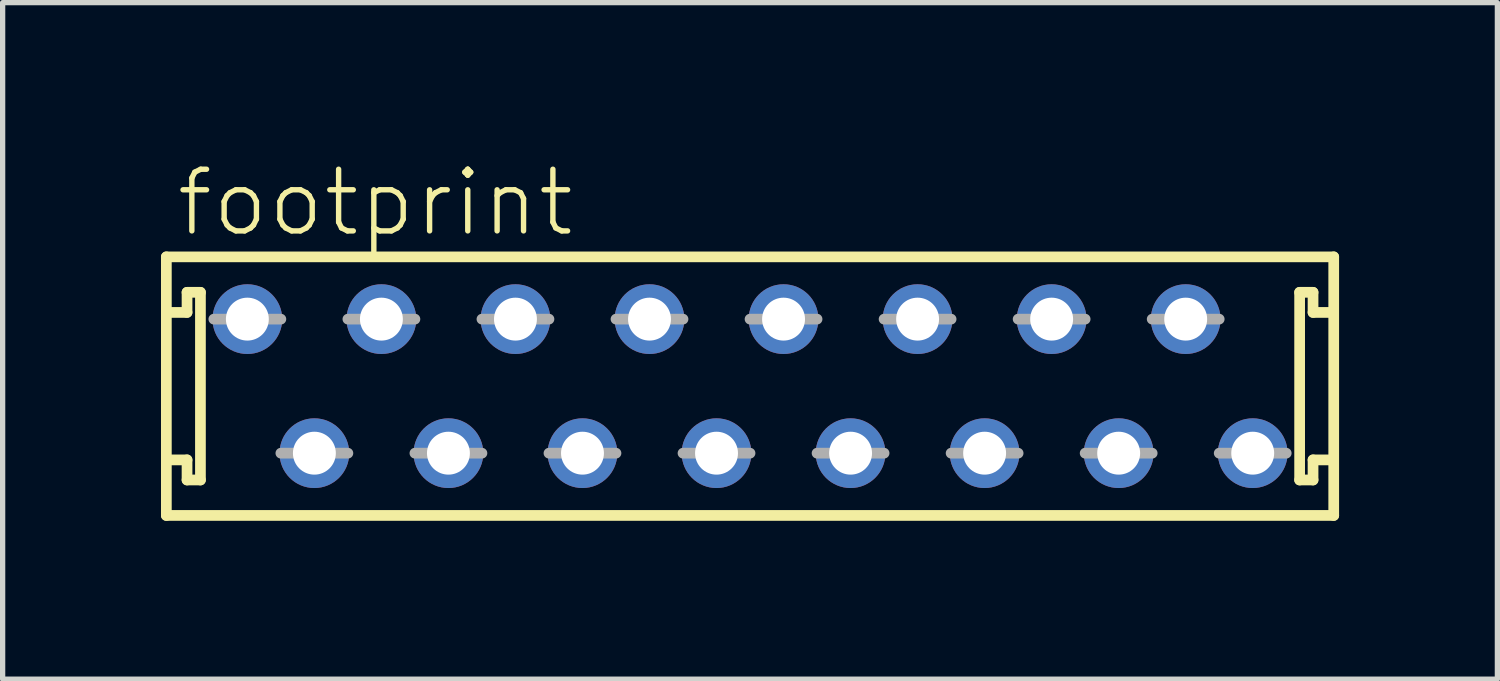
<source format=kicad_pcb>
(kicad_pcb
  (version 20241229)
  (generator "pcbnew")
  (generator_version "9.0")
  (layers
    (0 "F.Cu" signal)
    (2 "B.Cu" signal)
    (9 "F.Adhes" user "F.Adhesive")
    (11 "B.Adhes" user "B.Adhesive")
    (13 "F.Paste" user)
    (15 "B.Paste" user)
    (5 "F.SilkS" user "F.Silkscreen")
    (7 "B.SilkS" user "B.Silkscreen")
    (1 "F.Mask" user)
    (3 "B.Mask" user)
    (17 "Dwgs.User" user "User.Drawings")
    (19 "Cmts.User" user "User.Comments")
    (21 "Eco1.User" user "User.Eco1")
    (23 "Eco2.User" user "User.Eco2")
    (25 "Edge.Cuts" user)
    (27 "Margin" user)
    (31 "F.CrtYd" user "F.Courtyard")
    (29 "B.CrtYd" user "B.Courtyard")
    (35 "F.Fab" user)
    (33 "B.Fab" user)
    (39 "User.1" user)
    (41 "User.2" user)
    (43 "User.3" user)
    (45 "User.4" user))
  (footprint "footprint"
    (layer "F.Cu")
    (at 11.162 4.267)
    (property "Reference" "footprint" (at -10.922 -2.794 0) (layer "F.SilkS") (effects (font (size 1.168 1.168) (thickness 0.102)) (justify left bottom)))
    (fp_line (start -11.06 -2.45) (end 11.06 -2.45) (stroke (width 0.203) (type solid)) (layer "F.SilkS"))
    (fp_line (start -11.06 2.45) (end -11.06 -2.45) (stroke (width 0.203) (type solid)) (layer "F.SilkS"))
    (fp_line (start -10.668 -1.778) (end -10.668 -1.397) (stroke (width 0.203) (type solid)) (layer "F.SilkS"))
    (fp_line (start -10.668 -1.397) (end -11.049 -1.397) (stroke (width 0.203) (type solid)) (layer "F.SilkS"))
    (fp_line (start -10.668 1.397) (end -11.049 1.397) (stroke (width 0.203) (type solid)) (layer "F.SilkS"))
    (fp_line (start -10.668 1.778) (end -10.668 1.397) (stroke (width 0.203) (type solid)) (layer "F.SilkS"))
    (fp_line (start -10.414 -1.778) (end -10.668 -1.778) (stroke (width 0.203) (type solid)) (layer "F.SilkS"))
    (fp_line (start -10.414 1.778) (end -10.668 1.778) (stroke (width 0.203) (type solid)) (layer "F.SilkS"))
    (fp_line (start -10.414 1.778) (end -10.414 -1.778) (stroke (width 0.203) (type solid)) (layer "F.SilkS"))
    (fp_line (start 10.414 -1.778) (end 10.414 1.778) (stroke (width 0.203) (type solid)) (layer "F.SilkS"))
    (fp_line (start 10.414 -1.778) (end 10.668 -1.778) (stroke (width 0.203) (type solid)) (layer "F.SilkS"))
    (fp_line (start 10.414 1.778) (end 10.668 1.778) (stroke (width 0.203) (type solid)) (layer "F.SilkS"))
    (fp_line (start 10.668 -1.778) (end 10.668 -1.397) (stroke (width 0.203) (type solid)) (layer "F.SilkS"))
    (fp_line (start 10.668 -1.397) (end 11.049 -1.397) (stroke (width 0.203) (type solid)) (layer "F.SilkS"))
    (fp_line (start 10.668 1.397) (end 11.049 1.397) (stroke (width 0.203) (type solid)) (layer "F.SilkS"))
    (fp_line (start 10.668 1.778) (end 10.668 1.397) (stroke (width 0.203) (type solid)) (layer "F.SilkS"))
    (fp_line (start 11.06 -2.45) (end 11.06 2.45) (stroke (width 0.203) (type solid)) (layer "F.SilkS"))
    (fp_line (start 11.06 2.45) (end -11.06 2.45) (stroke (width 0.203) (type solid)) (layer "F.SilkS"))
    (fp_line (start -10.16 -1.27) (end -8.89 -1.27) (stroke (width 0.203) (type solid)) (layer "F.Fab"))
    (fp_line (start -8.89 1.27) (end -7.62 1.27) (stroke (width 0.203) (type solid)) (layer "F.Fab"))
    (fp_line (start -7.62 -1.27) (end -6.35 -1.27) (stroke (width 0.203) (type solid)) (layer "F.Fab"))
    (fp_line (start -6.35 1.27) (end -5.08 1.27) (stroke (width 0.203) (type solid)) (layer "F.Fab"))
    (fp_line (start -5.08 -1.27) (end -3.81 -1.27) (stroke (width 0.203) (type solid)) (layer "F.Fab"))
    (fp_line (start -3.81 1.27) (end -2.54 1.27) (stroke (width 0.203) (type solid)) (layer "F.Fab"))
    (fp_line (start -2.54 -1.27) (end -1.27 -1.27) (stroke (width 0.203) (type solid)) (layer "F.Fab"))
    (fp_line (start -1.27 1.27) (end 0 1.27) (stroke (width 0.203) (type solid)) (layer "F.Fab"))
    (fp_line (start 0 -1.27) (end 1.27 -1.27) (stroke (width 0.203) (type solid)) (layer "F.Fab"))
    (fp_line (start 1.27 1.27) (end 2.54 1.27) (stroke (width 0.203) (type solid)) (layer "F.Fab"))
    (fp_line (start 2.54 -1.27) (end 3.81 -1.27) (stroke (width 0.203) (type solid)) (layer "F.Fab"))
    (fp_line (start 3.81 1.27) (end 5.08 1.27) (stroke (width 0.203) (type solid)) (layer "F.Fab"))
    (fp_line (start 5.08 -1.27) (end 6.35 -1.27) (stroke (width 0.203) (type solid)) (layer "F.Fab"))
    (fp_line (start 6.35 1.27) (end 7.62 1.27) (stroke (width 0.203) (type solid)) (layer "F.Fab"))
    (fp_line (start 7.62 -1.27) (end 8.89 -1.27) (stroke (width 0.203) (type solid)) (layer "F.Fab"))
    (fp_line (start 8.89 1.27) (end 10.16 1.27) (stroke (width 0.203) (type solid)) (layer "F.Fab"))
    (pad "1" thru_hole circle (at -9.525 -1.27) (size 1.321 1.321) (drill 0.813) (layers "*.Cu" "*.Mask"))
    (pad "2" thru_hole circle (at -8.255 1.27) (size 1.321 1.321) (drill 0.813) (layers "*.Cu" "*.Mask"))
    (pad "3" thru_hole circle (at -6.985 -1.27) (size 1.321 1.321) (drill 0.813) (layers "*.Cu" "*.Mask"))
    (pad "4" thru_hole circle (at -5.715 1.27) (size 1.321 1.321) (drill 0.813) (layers "*.Cu" "*.Mask"))
    (pad "5" thru_hole circle (at -4.445 -1.27) (size 1.321 1.321) (drill 0.813) (layers "*.Cu" "*.Mask"))
    (pad "6" thru_hole circle (at -3.175 1.27) (size 1.321 1.321) (drill 0.813) (layers "*.Cu" "*.Mask"))
    (pad "7" thru_hole circle (at -1.905 -1.27) (size 1.321 1.321) (drill 0.813) (layers "*.Cu" "*.Mask"))
    (pad "8" thru_hole circle (at -0.635 1.27) (size 1.321 1.321) (drill 0.813) (layers "*.Cu" "*.Mask"))
    (pad "9" thru_hole circle (at 0.635 -1.27) (size 1.321 1.321) (drill 0.813) (layers "*.Cu" "*.Mask"))
    (pad "10" thru_hole circle (at 1.905 1.27) (size 1.321 1.321) (drill 0.813) (layers "*.Cu" "*.Mask"))
    (pad "11" thru_hole circle (at 3.175 -1.27) (size 1.321 1.321) (drill 0.813) (layers "*.Cu" "*.Mask"))
    (pad "12" thru_hole circle (at 4.445 1.27) (size 1.321 1.321) (drill 0.813) (layers "*.Cu" "*.Mask"))
    (pad "13" thru_hole circle (at 5.715 -1.27) (size 1.321 1.321) (drill 0.813) (layers "*.Cu" "*.Mask"))
    (pad "14" thru_hole circle (at 6.985 1.27) (size 1.321 1.321) (drill 0.813) (layers "*.Cu" "*.Mask"))
    (pad "15" thru_hole circle (at 8.255 -1.27) (size 1.321 1.321) (drill 0.813) (layers "*.Cu" "*.Mask"))
    (pad "16" thru_hole circle (at 9.525 1.27) (size 1.321 1.321) (drill 0.813) (layers "*.Cu" "*.Mask")))
  (gr_rect
    (start -3 -3)
    (end 25.323 9.819)
    (stroke (width 0.1) (type default))
    (fill no)
    (layer "Edge.Cuts")))
</source>
